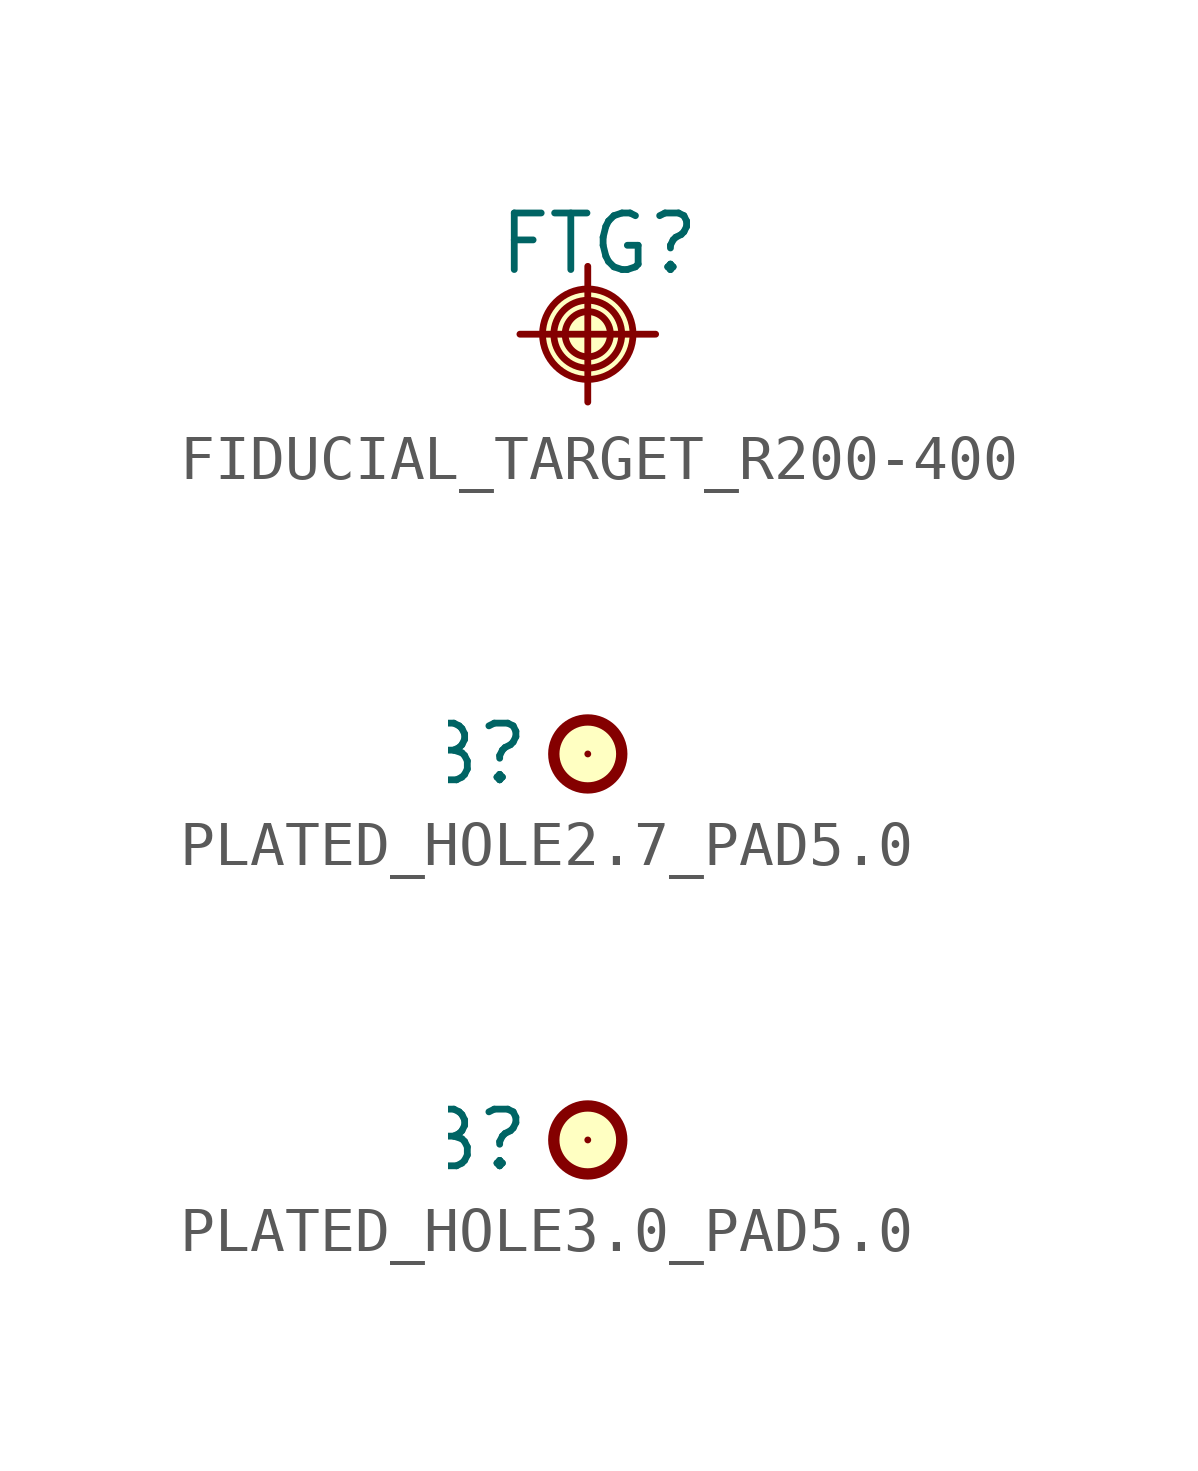
<source format=kicad_sym>
(kicad_symbol_lib
  (version 20211014)
  (generator kicad_symbol_editor)
  (symbol "FIDUCIAL_TARGET_R200-400"
    (pin_names
      (offset 1.27))
    (property "Reference" "FTG"
      (at 0.254 2.032 0)
      (effects (font (size 1.27 1.27))))
    (property "ki_locked" ""
      (at 0 0 0)
      (effects (font (size 1.27 1.27))))
    (symbol "FIDUCIAL_TARGET_R200-400_0_1"
      (polyline (pts (xy -1.524 0) (xy 1.524 0)) (stroke (width 0) (type default) (color 0 0 0 0)) (fill (type none)))
      (polyline (pts (xy 0 1.524) (xy 0 -1.524)) (stroke (width 0) (type default) (color 0 0 0 0)) (fill (type none)))
      (circle (center 0 0) (radius 0.508) (stroke (width 0) (type default) (color 0 0 0 0)) (fill (type background)))
      (circle (center 0 0) (radius 0.762) (stroke (width 0) (type default) (color 0 0 0 0)) (fill (type background)))
      (circle (center 0 0) (radius 1.016) (stroke (width 0) (type default) (color 0 0 0 0)) (fill (type background)))))
  (symbol "PLATED_HOLE2.7_PAD5.0"
    (pin_names
      (offset 1.27))
    (property "Reference" "B"
      (at -1.27 0 0)
      (effects (font (size 1.27 1.27)) (justify right)))
    (property "ki_locked" ""
      (at 0 0 0)
      (effects (font (size 1.27 1.27))))
    (symbol "PLATED_HOLE2.7_PAD5.0_0_1"
      (circle (center 0 0) (radius 0.762) (stroke (width 0.254) (type default) (color 0 0 0 0)) (fill (type background)))
      (pin passive line (at 0 0 180) (length 0) (name "1" (effects (font (size 0 0)))) (number "1" (effects (font (size 0 0)))))))
  (symbol "PLATED_HOLE3.0_PAD5.0"
    (pin_names
      (offset 1.27))
    (property "Reference" "B"
      (at -1.27 0 0)
      (effects (font (size 1.27 1.27)) (justify right)))
    (symbol "PLATED_HOLE3.0_PAD5.0_0_1"
      (circle (center 0 0) (radius 0.762) (stroke (width 0.254) (type default) (color 0 0 0 0)) (fill (type background)))
      (pin passive line (at 0 0 180) (length 0) (name "1" (effects (font (size 0 0)))) (number "1" (effects (font (size 0 0))))))))
</source>
